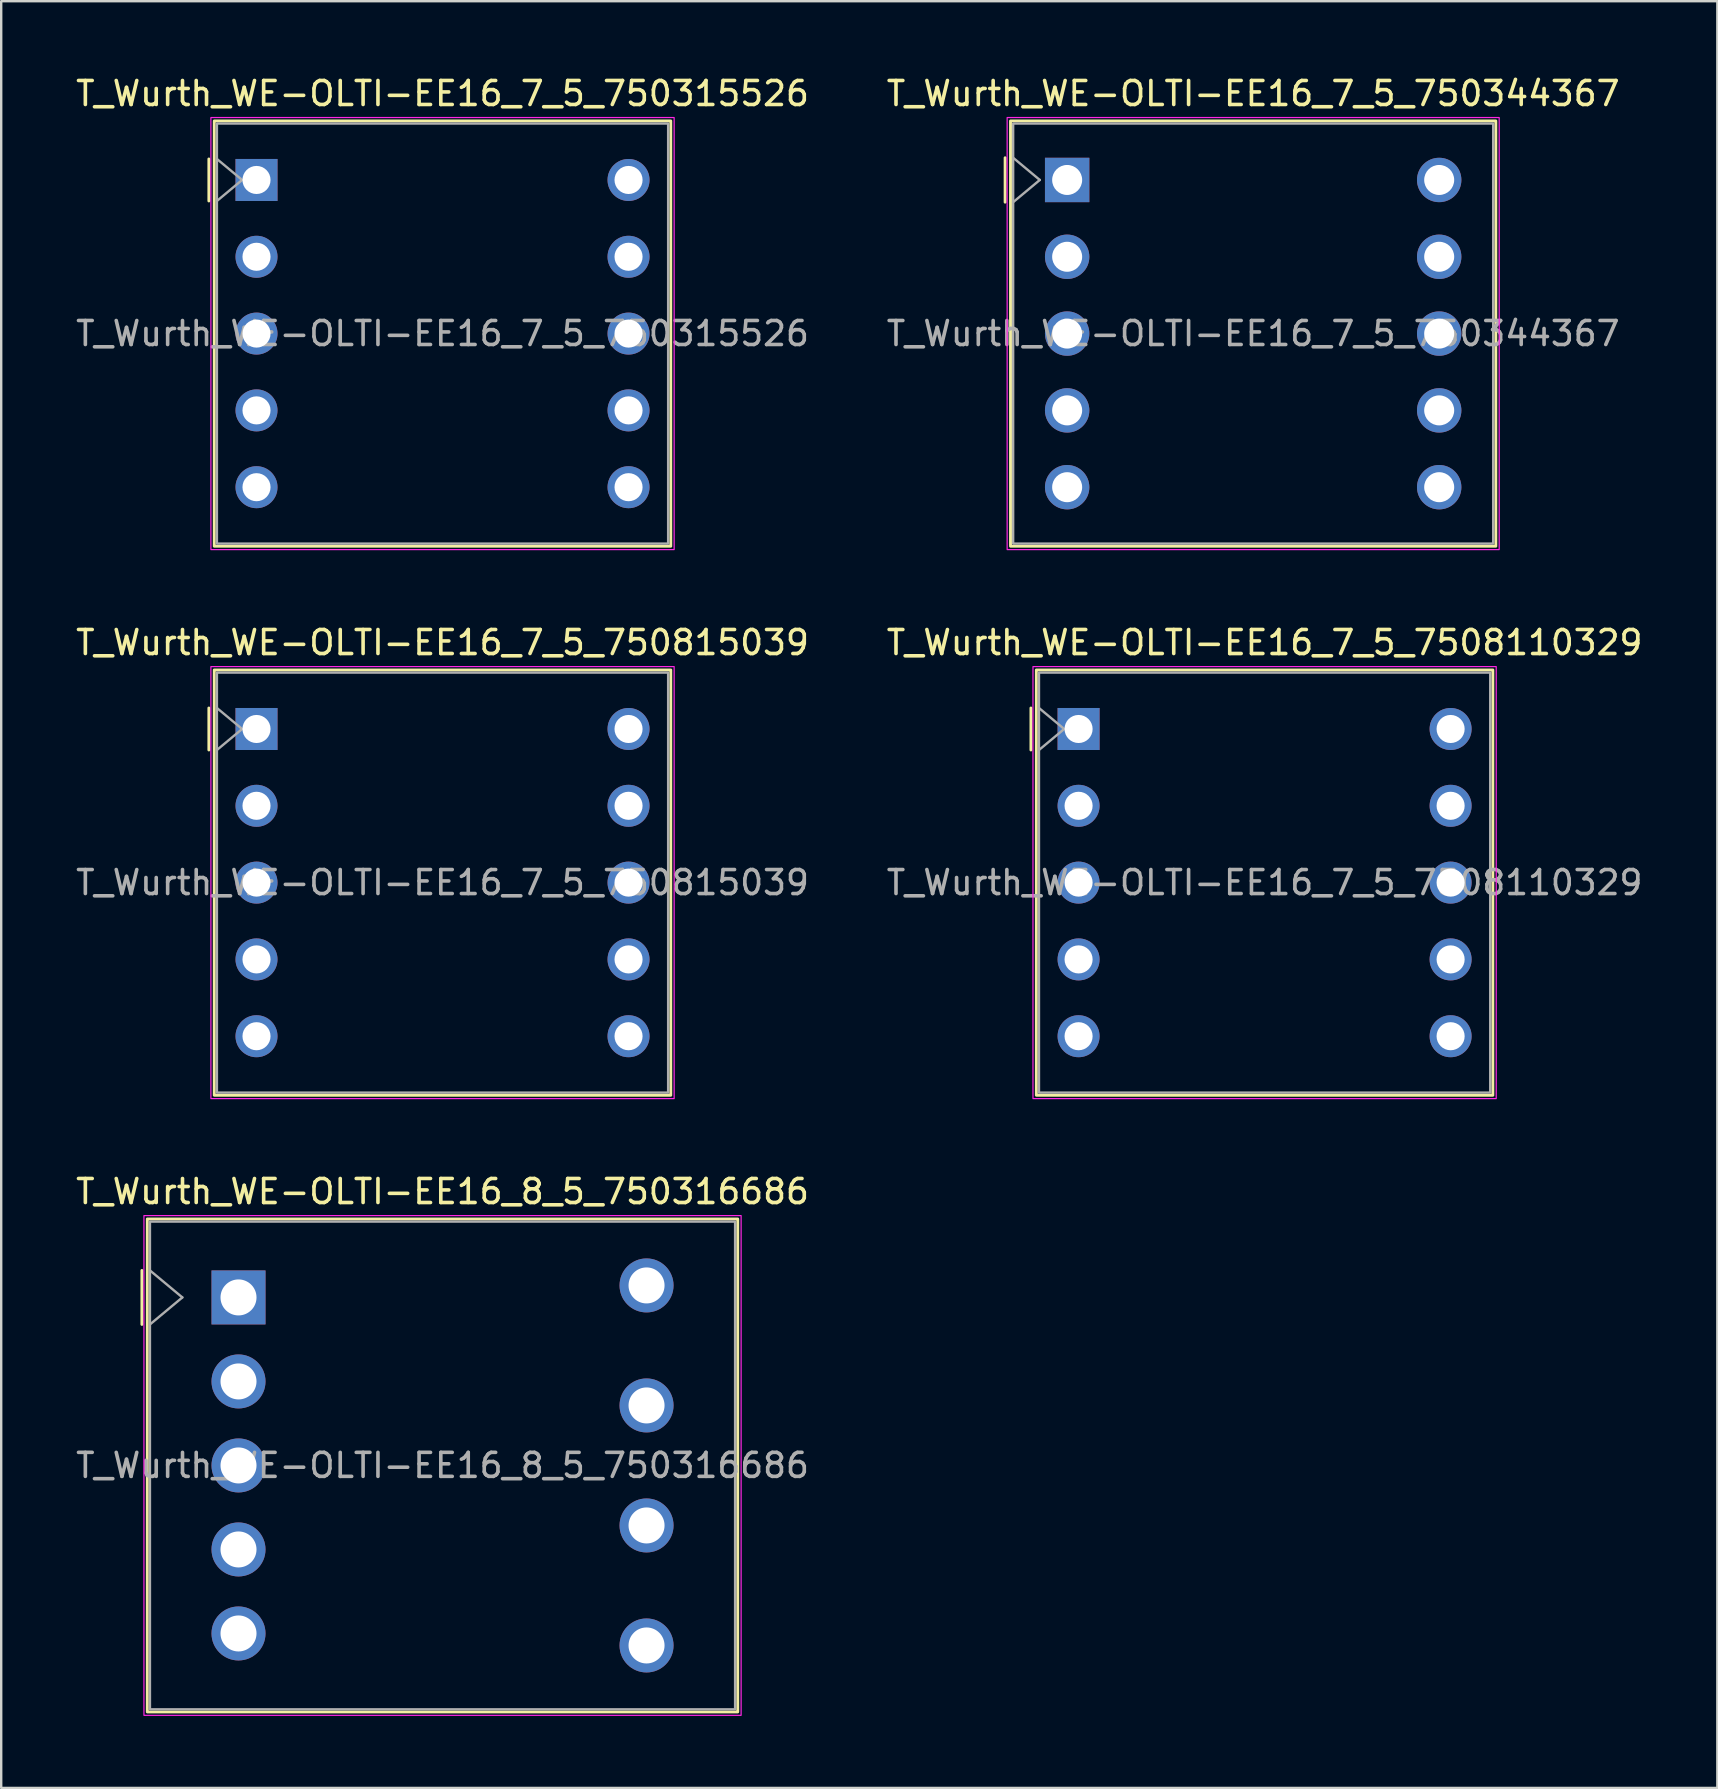
<source format=kicad_pcb>
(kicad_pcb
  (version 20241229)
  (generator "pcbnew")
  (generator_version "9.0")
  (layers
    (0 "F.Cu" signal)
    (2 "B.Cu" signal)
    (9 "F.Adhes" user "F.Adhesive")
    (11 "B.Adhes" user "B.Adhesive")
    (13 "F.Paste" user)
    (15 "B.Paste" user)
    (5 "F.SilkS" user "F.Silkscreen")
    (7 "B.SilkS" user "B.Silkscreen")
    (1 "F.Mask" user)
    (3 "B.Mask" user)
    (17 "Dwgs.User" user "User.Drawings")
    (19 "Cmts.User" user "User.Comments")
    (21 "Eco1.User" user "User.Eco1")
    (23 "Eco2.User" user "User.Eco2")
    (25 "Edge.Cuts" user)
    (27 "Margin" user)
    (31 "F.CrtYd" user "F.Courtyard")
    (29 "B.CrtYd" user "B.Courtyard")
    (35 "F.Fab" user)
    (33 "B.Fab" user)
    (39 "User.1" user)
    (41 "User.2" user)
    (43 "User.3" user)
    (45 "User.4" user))
  (footprint "T_Wurth_WE-OLTI-EE16_7_5_750815039"
    (layer "F.Cu")
    (at 7.637 27.322)
    (property "Reference" "T_Wurth_WE-OLTI-EE16_7_5_750815039" (at 7.75 -3.6 0) (unlocked yes) (layer "F.SilkS") (effects (font (size 1 1) (thickness 0.15))))
    (attr smd)
    (fp_line (start -1.985 -0.875) (end -1.985 0.875) (stroke (width 0.12) (type solid)) (layer "F.SilkS"))
    (fp_rect (start -1.76 -2.46) (end 17.26 15.26) (stroke (width 0.12) (type solid)) (fill no) (layer "F.SilkS"))
    (fp_rect (start -1.9 -2.6) (end 17.4 15.4) (stroke (width 0.05) (type solid)) (fill no) (layer "F.CrtYd"))
    (fp_line (start -1.65 -0.875) (end -0.6 0) (stroke (width 0.1) (type solid)) (layer "F.Fab"))
    (fp_line (start -1.65 0.875) (end -0.6 0) (stroke (width 0.1) (type solid)) (layer "F.Fab"))
    (fp_rect (start -1.65 -2.35) (end 17.15 15.15) (stroke (width 0.1) (type solid)) (fill no) (layer "F.Fab"))
    (fp_text user "${REFERENCE}" (at 7.75 6.4 0) (unlocked yes) (layer "F.Fab") (effects (font (size 1 1) (thickness 0.15))))
    (pad "1" thru_hole rect (at 0 0) (size 1.75 1.75) (drill 1.17) (layers "*.Cu" "*.Mask"))
    (pad "2" thru_hole circle (at 0 3.2) (size 1.75 1.75) (drill 1.17) (layers "*.Cu" "*.Mask"))
    (pad "3" thru_hole circle (at 0 6.4) (size 1.75 1.75) (drill 1.17) (layers "*.Cu" "*.Mask"))
    (pad "4" thru_hole circle (at 0 9.6) (size 1.75 1.75) (drill 1.17) (layers "*.Cu" "*.Mask"))
    (pad "5" thru_hole circle (at 0 12.8) (size 1.75 1.75) (drill 1.17) (layers "*.Cu" "*.Mask"))
    (pad "6" thru_hole circle (at 15.5 12.8) (size 1.75 1.75) (drill 1.17) (layers "*.Cu" "*.Mask"))
    (pad "7" thru_hole circle (at 15.5 9.6) (size 1.75 1.75) (drill 1.17) (layers "*.Cu" "*.Mask"))
    (pad "8" thru_hole circle (at 15.5 6.4) (size 1.75 1.75) (drill 1.17) (layers "*.Cu" "*.Mask"))
    (pad "9" thru_hole circle (at 15.5 3.2) (size 1.75 1.75) (drill 1.17) (layers "*.Cu" "*.Mask"))
    (pad "10" thru_hole circle (at 15.5 0) (size 1.75 1.75) (drill 1.17) (layers "*.Cu" "*.Mask")))
  (footprint "T_Wurth_WE-OLTI-EE16_7_5_7508110329"
    (layer "F.Cu")
    (at 41.887 27.322)
    (property "Reference" "T_Wurth_WE-OLTI-EE16_7_5_7508110329" (at 7.75 -3.6 0) (unlocked yes) (layer "F.SilkS") (effects (font (size 1 1) (thickness 0.15))))
    (attr smd)
    (fp_line (start -1.985 -0.875) (end -1.985 0.875) (stroke (width 0.12) (type solid)) (layer "F.SilkS"))
    (fp_rect (start -1.76 -2.46) (end 17.26 15.26) (stroke (width 0.12) (type solid)) (fill no) (layer "F.SilkS"))
    (fp_rect (start -1.9 -2.6) (end 17.4 15.4) (stroke (width 0.05) (type solid)) (fill no) (layer "F.CrtYd"))
    (fp_line (start -1.65 -0.875) (end -0.6 0) (stroke (width 0.1) (type solid)) (layer "F.Fab"))
    (fp_line (start -1.65 0.875) (end -0.6 0) (stroke (width 0.1) (type solid)) (layer "F.Fab"))
    (fp_rect (start -1.65 -2.35) (end 17.15 15.15) (stroke (width 0.1) (type solid)) (fill no) (layer "F.Fab"))
    (fp_text user "${REFERENCE}" (at 7.75 6.4 0) (unlocked yes) (layer "F.Fab") (effects (font (size 1 1) (thickness 0.15))))
    (pad "1" thru_hole rect (at 0 0) (size 1.75 1.75) (drill 1.17) (layers "*.Cu" "*.Mask"))
    (pad "2" thru_hole circle (at 0 3.2) (size 1.75 1.75) (drill 1.17) (layers "*.Cu" "*.Mask"))
    (pad "3" thru_hole circle (at 0 6.4) (size 1.75 1.75) (drill 1.17) (layers "*.Cu" "*.Mask"))
    (pad "4" thru_hole circle (at 0 9.6) (size 1.75 1.75) (drill 1.17) (layers "*.Cu" "*.Mask"))
    (pad "5" thru_hole circle (at 0 12.8) (size 1.75 1.75) (drill 1.17) (layers "*.Cu" "*.Mask"))
    (pad "6" thru_hole circle (at 15.5 12.8) (size 1.75 1.75) (drill 1.17) (layers "*.Cu" "*.Mask"))
    (pad "7" thru_hole circle (at 15.5 9.6) (size 1.75 1.75) (drill 1.17) (layers "*.Cu" "*.Mask"))
    (pad "8" thru_hole circle (at 15.5 6.4) (size 1.75 1.75) (drill 1.17) (layers "*.Cu" "*.Mask"))
    (pad "9" thru_hole circle (at 15.5 3.2) (size 1.75 1.75) (drill 1.17) (layers "*.Cu" "*.Mask"))
    (pad "10" thru_hole circle (at 15.5 0) (size 1.75 1.75) (drill 1.17) (layers "*.Cu" "*.Mask")))
  (footprint "T_Wurth_WE-OLTI-EE16_8_5_750316686"
    (layer "F.Cu")
    (at 6.887 51.005)
    (property "Reference" "T_Wurth_WE-OLTI-EE16_8_5_750316686" (at 8.5 -4.41 0) (unlocked yes) (layer "F.SilkS") (effects (font (size 1 1) (thickness 0.15))))
    (attr smd)
    (fp_line (start -4.025 -1.125) (end -4.025 1.125) (stroke (width 0.12) (type solid)) (layer "F.SilkS"))
    (fp_rect (start -3.8 -3.27) (end 20.8 17.27) (stroke (width 0.12) (type solid)) (fill no) (layer "F.SilkS"))
    (fp_rect (start -3.94 -3.41) (end 20.94 17.41) (stroke (width 0.05) (type solid)) (fill no) (layer "F.CrtYd"))
    (fp_line (start -3.69 -1.125) (end -2.34 0) (stroke (width 0.1) (type solid)) (layer "F.Fab"))
    (fp_line (start -3.69 1.125) (end -2.34 0) (stroke (width 0.1) (type solid)) (layer "F.Fab"))
    (fp_rect (start -3.69 -3.16) (end 20.69 17.16) (stroke (width 0.1) (type solid)) (fill no) (layer "F.Fab"))
    (fp_text user "${REFERENCE}" (at 8.5 7 0) (unlocked yes) (layer "F.Fab") (effects (font (size 1 1) (thickness 0.15))))
    (pad "1" thru_hole rect (at 0 0) (size 2.25 2.25) (drill 1.5) (layers "*.Cu" "*.Mask"))
    (pad "2" thru_hole circle (at 0 3.5) (size 2.25 2.25) (drill 1.5) (layers "*.Cu" "*.Mask"))
    (pad "3" thru_hole circle (at 0 7) (size 2.25 2.25) (drill 1.5) (layers "*.Cu" "*.Mask"))
    (pad "4" thru_hole circle (at 0 10.5) (size 2.25 2.25) (drill 1.5) (layers "*.Cu" "*.Mask"))
    (pad "5" thru_hole circle (at 0 14) (size 2.25 2.25) (drill 1.5) (layers "*.Cu" "*.Mask"))
    (pad "6" thru_hole circle (at 17 14.5) (size 2.25 2.25) (drill 1.5) (layers "*.Cu" "*.Mask"))
    (pad "7" thru_hole circle (at 17 9.5) (size 2.25 2.25) (drill 1.5) (layers "*.Cu" "*.Mask"))
    (pad "8" thru_hole circle (at 17 4.5) (size 2.25 2.25) (drill 1.5) (layers "*.Cu" "*.Mask"))
    (pad "9" thru_hole circle (at 17 -0.5) (size 2.25 2.25) (drill 1.5) (layers "*.Cu" "*.Mask")))
  (footprint "T_Wurth_WE-OLTI-EE16_7_5_750315526"
    (layer "F.Cu")
    (at 7.637 4.448)
    (property "Reference" "T_Wurth_WE-OLTI-EE16_7_5_750315526" (at 7.75 -3.6 0) (unlocked yes) (layer "F.SilkS") (effects (font (size 1 1) (thickness 0.15))))
    (attr smd)
    (fp_line (start -1.985 -0.875) (end -1.985 0.875) (stroke (width 0.12) (type solid)) (layer "F.SilkS"))
    (fp_rect (start -1.76 -2.46) (end 17.26 15.26) (stroke (width 0.12) (type solid)) (fill no) (layer "F.SilkS"))
    (fp_rect (start -1.9 -2.6) (end 17.4 15.4) (stroke (width 0.05) (type solid)) (fill no) (layer "F.CrtYd"))
    (fp_line (start -1.65 -0.875) (end -0.6 0) (stroke (width 0.1) (type solid)) (layer "F.Fab"))
    (fp_line (start -1.65 0.875) (end -0.6 0) (stroke (width 0.1) (type solid)) (layer "F.Fab"))
    (fp_rect (start -1.65 -2.35) (end 17.15 15.15) (stroke (width 0.1) (type solid)) (fill no) (layer "F.Fab"))
    (fp_text user "${REFERENCE}" (at 7.75 6.4 0) (unlocked yes) (layer "F.Fab") (effects (font (size 1 1) (thickness 0.15))))
    (pad "1" thru_hole rect (at 0 0) (size 1.75 1.75) (drill 1.17) (layers "*.Cu" "*.Mask"))
    (pad "2" thru_hole circle (at 0 3.2) (size 1.75 1.75) (drill 1.17) (layers "*.Cu" "*.Mask"))
    (pad "3" thru_hole circle (at 0 6.4) (size 1.75 1.75) (drill 1.17) (layers "*.Cu" "*.Mask"))
    (pad "4" thru_hole circle (at 0 9.6) (size 1.75 1.75) (drill 1.17) (layers "*.Cu" "*.Mask"))
    (pad "5" thru_hole circle (at 0 12.8) (size 1.75 1.75) (drill 1.17) (layers "*.Cu" "*.Mask"))
    (pad "6" thru_hole circle (at 15.5 12.8) (size 1.75 1.75) (drill 1.17) (layers "*.Cu" "*.Mask"))
    (pad "7" thru_hole circle (at 15.5 9.6) (size 1.75 1.75) (drill 1.17) (layers "*.Cu" "*.Mask"))
    (pad "8" thru_hole circle (at 15.5 6.4) (size 1.75 1.75) (drill 1.17) (layers "*.Cu" "*.Mask"))
    (pad "9" thru_hole circle (at 15.5 3.2) (size 1.75 1.75) (drill 1.17) (layers "*.Cu" "*.Mask"))
    (pad "10" thru_hole circle (at 15.5 0) (size 1.75 1.75) (drill 1.17) (layers "*.Cu" "*.Mask")))
  (footprint "T_Wurth_WE-OLTI-EE16_7_5_750344367"
    (layer "F.Cu")
    (at 41.411 4.448)
    (property "Reference" "T_Wurth_WE-OLTI-EE16_7_5_750344367" (at 7.75 -3.6 0) (unlocked yes) (layer "F.SilkS") (effects (font (size 1 1) (thickness 0.15))))
    (attr smd)
    (fp_line (start -2.585 -0.925) (end -2.585 0.925) (stroke (width 0.12) (type solid)) (layer "F.SilkS"))
    (fp_rect (start -2.36 -2.46) (end 17.86 15.26) (stroke (width 0.12) (type solid)) (fill no) (layer "F.SilkS"))
    (fp_rect (start -2.5 -2.6) (end 18 15.4) (stroke (width 0.05) (type solid)) (fill no) (layer "F.CrtYd"))
    (fp_line (start -2.25 -0.925) (end -1.14 0) (stroke (width 0.1) (type solid)) (layer "F.Fab"))
    (fp_line (start -2.25 0.925) (end -1.14 0) (stroke (width 0.1) (type solid)) (layer "F.Fab"))
    (fp_rect (start -2.25 -2.35) (end 17.75 15.15) (stroke (width 0.1) (type solid)) (fill no) (layer "F.Fab"))
    (fp_text user "${REFERENCE}" (at 7.75 6.4 0) (unlocked yes) (layer "F.Fab") (effects (font (size 1 1) (thickness 0.15))))
    (pad "1" thru_hole rect (at 0 0) (size 1.85 1.85) (drill 1.25) (layers "*.Cu" "*.Mask"))
    (pad "2" thru_hole circle (at 0 3.2) (size 1.85 1.85) (drill 1.25) (layers "*.Cu" "*.Mask"))
    (pad "3" thru_hole circle (at 0 6.4) (size 1.85 1.85) (drill 1.25) (layers "*.Cu" "*.Mask"))
    (pad "4" thru_hole circle (at 0 9.6) (size 1.85 1.85) (drill 1.25) (layers "*.Cu" "*.Mask"))
    (pad "5" thru_hole circle (at 0 12.8) (size 1.85 1.85) (drill 1.25) (layers "*.Cu" "*.Mask"))
    (pad "6" thru_hole circle (at 15.5 12.8) (size 1.85 1.85) (drill 1.25) (layers "*.Cu" "*.Mask"))
    (pad "7" thru_hole circle (at 15.5 9.6) (size 1.85 1.85) (drill 1.25) (layers "*.Cu" "*.Mask"))
    (pad "8" thru_hole circle (at 15.5 6.4) (size 1.85 1.85) (drill 1.25) (layers "*.Cu" "*.Mask"))
    (pad "9" thru_hole circle (at 15.5 3.2) (size 1.85 1.85) (drill 1.25) (layers "*.Cu" "*.Mask"))
    (pad "10" thru_hole circle (at 15.5 0) (size 1.85 1.85) (drill 1.25) (layers "*.Cu" "*.Mask")))
  (gr_rect
    (start -3 -3)
    (end 68.5 71.44)
    (stroke (width 0.1) (type default))
    (fill no)
    (layer "Edge.Cuts")))
</source>
